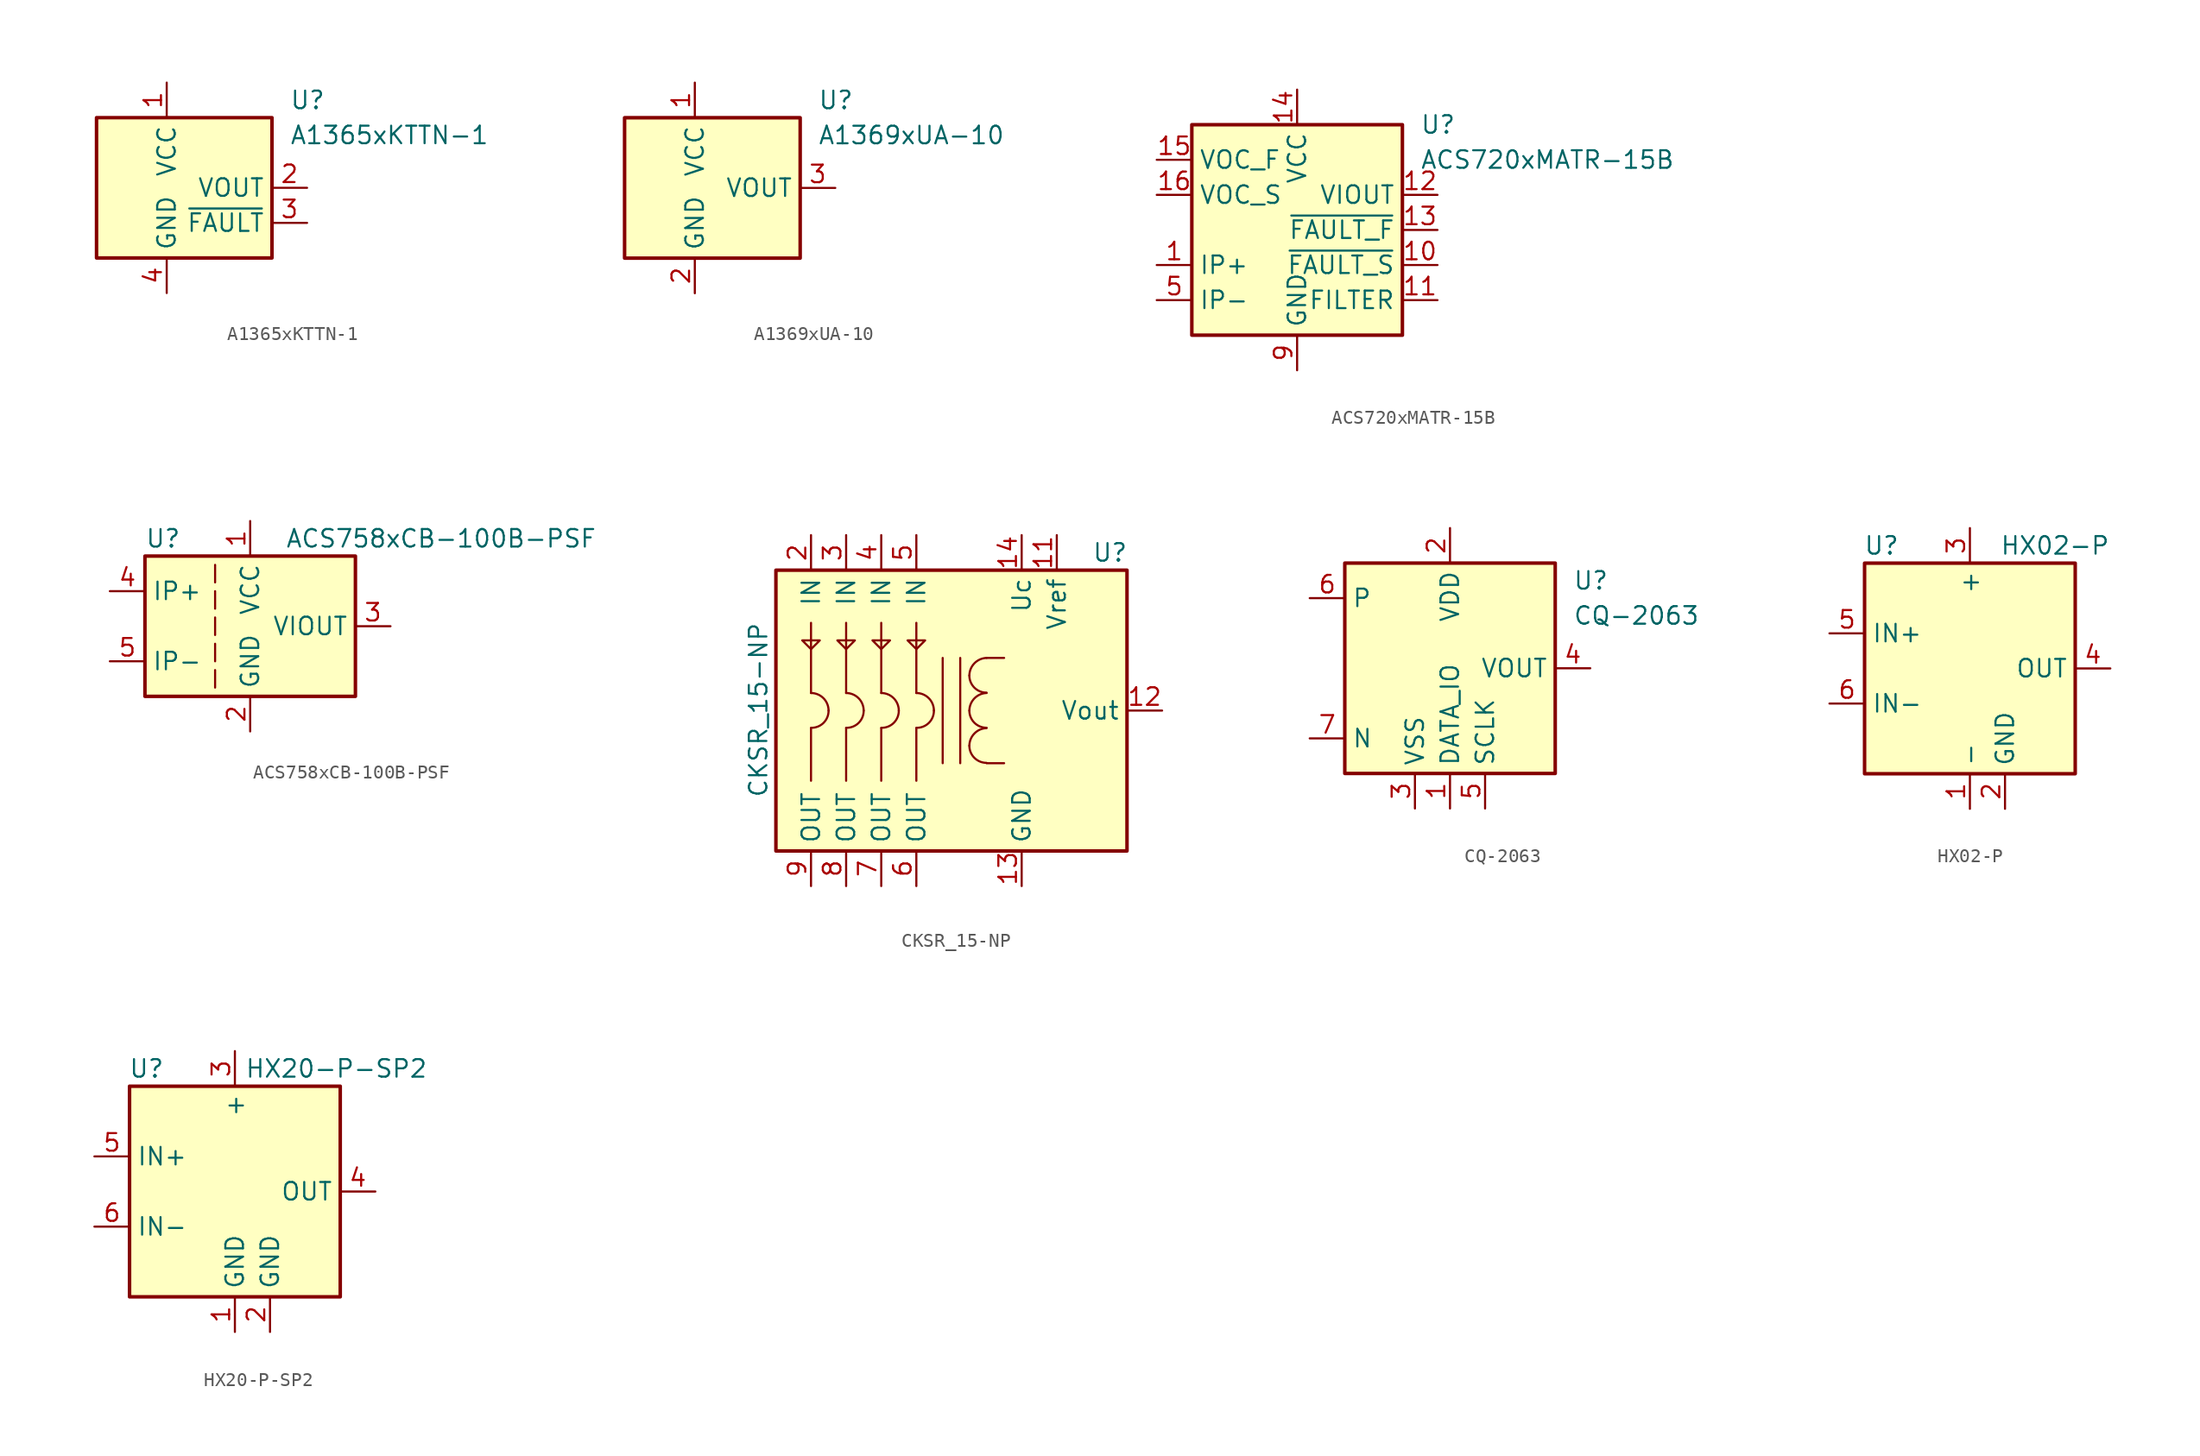
<source format=kicad_sym>
(kicad_symbol_lib
  (version 20201005)
  (generator kicad_symbol_editor)
  (symbol "Sensor_Current:A1365xKTTN-1"
    (property "Reference" "U"
      (at 8.89 6.35 0)
      (effects (font (size 1.27 1.27)) (justify left)))
    (property "Value" "A1365xKTTN-1"
      (at 8.89 3.81 0)
      (effects (font (size 1.27 1.27)) (justify left)))
    (symbol "A1365xKTTN-1_0_1"
      (rectangle (start -5.08 5.08) (end 7.62 -5.08) (stroke (width 0.254)) (fill (type background))))
    (symbol "A1365xKTTN-1_1_1"
      (pin power_in line (at 0 7.62 270) (length 2.54) (name "VCC" (effects (font (size 1.27 1.27)))) (number "1" (effects (font (size 1.27 1.27)))))
      (pin output line (at 10.16 0 180) (length 2.54) (name "VOUT" (effects (font (size 1.27 1.27)))) (number "2" (effects (font (size 1.27 1.27)))))
      (pin output line (at 10.16 -2.54 180) (length 2.54) (name "~FAULT" (effects (font (size 1.27 1.27)))) (number "3" (effects (font (size 1.27 1.27)))))
      (pin power_in line (at 0 -7.62 90) (length 2.54) (name "GND" (effects (font (size 1.27 1.27)))) (number "4" (effects (font (size 1.27 1.27)))))))
  (symbol "Sensor_Current:A1369xUA-10"
    (property "Reference" "U"
      (at 8.89 6.35 0)
      (effects (font (size 1.27 1.27)) (justify left)))
    (property "Value" "A1369xUA-10"
      (at 8.89 3.81 0)
      (effects (font (size 1.27 1.27)) (justify left)))
    (symbol "A1369xUA-10_0_1"
      (rectangle (start -5.08 5.08) (end 7.62 -5.08) (stroke (width 0.254)) (fill (type background))))
    (symbol "A1369xUA-10_1_1"
      (pin power_in line (at 0 7.62 270) (length 2.54) (name "VCC" (effects (font (size 1.27 1.27)))) (number "1" (effects (font (size 1.27 1.27)))))
      (pin power_in line (at 0 -7.62 90) (length 2.54) (name "GND" (effects (font (size 1.27 1.27)))) (number "2" (effects (font (size 1.27 1.27)))))
      (pin output line (at 10.16 0 180) (length 2.54) (name "VOUT" (effects (font (size 1.27 1.27)))) (number "3" (effects (font (size 1.27 1.27)))))))
  (symbol "Sensor_Current:ACS720xMATR-15B"
    (property "Reference" "U"
      (at 8.89 7.62 0)
      (effects (font (size 1.27 1.27)) (justify left)))
    (property "Value" "ACS720xMATR-15B"
      (at 8.89 5.08 0)
      (effects (font (size 1.27 1.27)) (justify left)))
    (symbol "ACS720xMATR-15B_0_1"
      (rectangle (start -7.62 7.62) (end 7.62 -7.62) (stroke (width 0.254)) (fill (type background))))
    (symbol "ACS720xMATR-15B_1_1"
      (pin passive line (at -10.16 -2.54 0) (length 2.54) (name "IP+" (effects (font (size 1.27 1.27)))) (number "1" (effects (font (size 1.27 1.27)))))
      (pin open_collector line (at 10.16 -2.54 180) (length 2.54) (name "~FAULT_S" (effects (font (size 1.27 1.27)))) (number "10" (effects (font (size 1.27 1.27)))))
      (pin passive line (at 10.16 -5.08 180) (length 2.54) (name "FILTER" (effects (font (size 1.27 1.27)))) (number "11" (effects (font (size 1.27 1.27)))))
      (pin output line (at 10.16 2.54 180) (length 2.54) (name "VIOUT" (effects (font (size 1.27 1.27)))) (number "12" (effects (font (size 1.27 1.27)))))
      (pin open_collector line (at 10.16 0 180) (length 2.54) (name "~FAULT_F" (effects (font (size 1.27 1.27)))) (number "13" (effects (font (size 1.27 1.27)))))
      (pin power_in line (at 0 10.16 270) (length 2.54) (name "VCC" (effects (font (size 1.27 1.27)))) (number "14" (effects (font (size 1.27 1.27)))))
      (pin input line (at -10.16 5.08 0) (length 2.54) (name "VOC_F" (effects (font (size 1.27 1.27)))) (number "15" (effects (font (size 1.27 1.27)))))
      (pin input line (at -10.16 2.54 0) (length 2.54) (name "VOC_S" (effects (font (size 1.27 1.27)))) (number "16" (effects (font (size 1.27 1.27)))))
      (pin passive line (at -10.16 -2.54 0) (length 2.54) hide (name "IP+" (effects (font (size 1.27 1.27)))) (number "2" (effects (font (size 1.27 1.27)))))
      (pin passive line (at -10.16 -2.54 0) (length 2.54) hide (name "IP+" (effects (font (size 1.27 1.27)))) (number "3" (effects (font (size 1.27 1.27)))))
      (pin passive line (at -10.16 -2.54 0) (length 2.54) hide (name "IP+" (effects (font (size 1.27 1.27)))) (number "4" (effects (font (size 1.27 1.27)))))
      (pin passive line (at -10.16 -5.08 0) (length 2.54) (name "IP-" (effects (font (size 1.27 1.27)))) (number "5" (effects (font (size 1.27 1.27)))))
      (pin passive line (at -10.16 -5.08 0) (length 2.54) hide (name "IP-" (effects (font (size 1.27 1.27)))) (number "6" (effects (font (size 1.27 1.27)))))
      (pin passive line (at -10.16 -5.08 0) (length 2.54) hide (name "IP-" (effects (font (size 1.27 1.27)))) (number "7" (effects (font (size 1.27 1.27)))))
      (pin passive line (at -10.16 -5.08 0) (length 2.54) hide (name "IP-" (effects (font (size 1.27 1.27)))) (number "8" (effects (font (size 1.27 1.27)))))
      (pin power_in line (at 0 -10.16 90) (length 2.54) (name "GND" (effects (font (size 1.27 1.27)))) (number "9" (effects (font (size 1.27 1.27)))))))
  (symbol "Sensor_Current:ACS758xCB-100B-PSF"
    (property "Reference" "U"
      (at -7.62 6.35 0)
      (effects (font (size 1.27 1.27)) (justify left)))
    (property "Value" "ACS758xCB-100B-PSF"
      (at 2.54 6.35 0)
      (effects (font (size 1.27 1.27)) (justify left)))
    (symbol "ACS758xCB-100B-PSF_0_1"
      (rectangle (start -7.62 5.08) (end 7.62 -5.08) (stroke (width 0.254)) (fill (type background)))
      (polyline (pts (xy -2.54 -3.175) (xy -2.54 -4.445)) (stroke (width 0)) (fill (type none)))
      (polyline (pts (xy -2.54 -1.27) (xy -2.54 -2.54)) (stroke (width 0)) (fill (type none)))
      (polyline (pts (xy -2.54 0.635) (xy -2.54 -0.635)) (stroke (width 0)) (fill (type none)))
      (polyline (pts (xy -2.54 1.27) (xy -2.54 2.54)) (stroke (width 0)) (fill (type none)))
      (polyline (pts (xy -2.54 3.175) (xy -2.54 4.445)) (stroke (width 0)) (fill (type none))))
    (symbol "ACS758xCB-100B-PSF_1_1"
      (pin power_in line (at 0 7.62 270) (length 2.54) (name "VCC" (effects (font (size 1.27 1.27)))) (number "1" (effects (font (size 1.27 1.27)))))
      (pin power_in line (at 0 -7.62 90) (length 2.54) (name "GND" (effects (font (size 1.27 1.27)))) (number "2" (effects (font (size 1.27 1.27)))))
      (pin output line (at 10.16 0 180) (length 2.54) (name "VIOUT" (effects (font (size 1.27 1.27)))) (number "3" (effects (font (size 1.27 1.27)))))
      (pin passive line (at -10.16 2.54 0) (length 2.54) (name "IP+" (effects (font (size 1.27 1.27)))) (number "4" (effects (font (size 1.27 1.27)))))
      (pin passive line (at -10.16 -2.54 0) (length 2.54) (name "IP-" (effects (font (size 1.27 1.27)))) (number "5" (effects (font (size 1.27 1.27)))))))
  (symbol "Sensor_Current:CKSR_15-NP"
    (property "Reference" "U"
      (at 10.16 11.43 0)
      (effects (font (size 1.27 1.27)) (justify left)))
    (property "Value" "CKSR_15-NP"
      (at -13.97 -6.35 90)
      (effects (font (size 1.27 1.27)) (justify left)))
    (symbol "CKSR_15-NP_0_1"
      (rectangle (start -12.7 10.16) (end 12.7 -10.16) (stroke (width 0.254)) (fill (type background)))
      (polyline (pts (xy -10.16 -1.27) (xy -10.16 -5.08)) (stroke (width 0)) (fill (type none)))
      (polyline (pts (xy -10.16 1.27) (xy -10.16 6.35)) (stroke (width 0)) (fill (type none)))
      (polyline (pts (xy -7.62 -1.27) (xy -7.62 -5.08)) (stroke (width 0)) (fill (type none)))
      (polyline (pts (xy -7.62 1.27) (xy -7.62 6.35)) (stroke (width 0)) (fill (type none)))
      (polyline (pts (xy -5.08 -1.27) (xy -5.08 -5.08)) (stroke (width 0)) (fill (type none)))
      (polyline (pts (xy -5.08 1.27) (xy -5.08 6.35)) (stroke (width 0)) (fill (type none)))
      (polyline (pts (xy -2.54 -1.27) (xy -2.54 -5.08)) (stroke (width 0)) (fill (type none)))
      (polyline (pts (xy -2.54 1.27) (xy -2.54 6.35)) (stroke (width 0)) (fill (type none)))
      (polyline (pts (xy 2.54 -3.81) (xy 3.81 -3.81)) (stroke (width 0)) (fill (type none)))
      (polyline (pts (xy 2.54 3.81) (xy 3.81 3.81)) (stroke (width 0)) (fill (type none)))
      (polyline (pts (xy -9.525 5.08) (xy -10.795 5.08) (xy -10.16 4.445) (xy -9.525 5.08)) (stroke (width 0)) (fill (type none)))
      (polyline (pts (xy -6.985 5.08) (xy -8.255 5.08) (xy -7.62 4.445) (xy -6.985 5.08)) (stroke (width 0)) (fill (type none)))
      (polyline (pts (xy -4.445 5.08) (xy -5.715 5.08) (xy -5.08 4.445) (xy -4.445 5.08)) (stroke (width 0)) (fill (type none)))
      (polyline (pts (xy -1.905 5.08) (xy -2.54 4.445) (xy -3.175 5.08) (xy -1.905 5.08)) (stroke (width 0)) (fill (type none))))
    (symbol "CKSR_15-NP_1_1"
      (arc (start -10.16 1.27) (end -8.89 0) (radius (at -10.16 0) (length 1.27) (angles 89.9 0.1)) (stroke (width 0)) (fill (type none)))
      (arc (start -8.89 0) (end -10.16 -1.2446) (radius (at -10.16 0) (length 1.27) (angles -0.1 -89.9)) (stroke (width 0)) (fill (type none)))
      (arc (start -7.62 1.27) (end -6.35 0) (radius (at -7.62 0) (length 1.27) (angles 89.9 0.1)) (stroke (width 0)) (fill (type none)))
      (arc (start -6.35 0) (end -7.62 -1.2446) (radius (at -7.62 0) (length 1.27) (angles -0.1 -89.9)) (stroke (width 0)) (fill (type none)))
      (arc (start -5.08 1.27) (end -3.81 0) (radius (at -5.08 0) (length 1.27) (angles 89.9 0.1)) (stroke (width 0)) (fill (type none)))
      (arc (start -3.81 0) (end -5.08 -1.2446) (radius (at -5.08 0) (length 1.27) (angles -0.1 -89.9)) (stroke (width 0)) (fill (type none)))
      (arc (start -2.54 1.27) (end -1.27 0) (radius (at -2.54 0) (length 1.27) (angles 89.9 0.1)) (stroke (width 0)) (fill (type none)))
      (arc (start -1.27 0) (end -2.54 -1.2446) (radius (at -2.54 0) (length 1.27) (angles -0.1 -89.9)) (stroke (width 0)) (fill (type none)))
      (arc (start 2.54 -1.27) (end 1.2954 -2.54) (radius (at 2.54 -2.54) (length 1.27) (angles 89.9 -179.9)) (stroke (width 0)) (fill (type none)))
      (arc (start 1.2954 -2.54) (end 2.54 -3.7846) (radius (at 2.54 -2.54) (length 1.27) (angles 179.9 -89.9)) (stroke (width 0)) (fill (type none)))
      (arc (start 2.54 1.27) (end 1.2954 0) (radius (at 2.54 0) (length 1.27) (angles 89.9 -179.9)) (stroke (width 0)) (fill (type none)))
      (arc (start 1.2954 0) (end 2.54 -1.2446) (radius (at 2.54 0) (length 1.27) (angles 179.9 -89.9)) (stroke (width 0)) (fill (type none)))
      (arc (start 2.54 3.81) (end 1.2954 2.54) (radius (at 2.54 2.54) (length 1.27) (angles 89.9 -179.9)) (stroke (width 0)) (fill (type none)))
      (arc (start 1.2954 2.54) (end 2.54 1.2954) (radius (at 2.54 2.54) (length 1.27) (angles 179.9 -89.9)) (stroke (width 0)) (fill (type none)))
      (polyline (pts (xy -0.635 3.81) (xy -0.635 -3.81)) (stroke (width 0)) (fill (type none)))
      (polyline (pts (xy 0.635 -3.81) (xy 0.635 3.81)) (stroke (width 0)) (fill (type none)))
      (pin bidirectional line (at 7.62 12.7 270) (length 2.54) (name "Vref" (effects (font (size 1.27 1.27)))) (number "11" (effects (font (size 1.27 1.27)))))
      (pin output line (at 15.24 0 180) (length 2.54) (name "Vout" (effects (font (size 1.27 1.27)))) (number "12" (effects (font (size 1.27 1.27)))))
      (pin power_in line (at 5.08 -12.7 90) (length 2.54) (name "GND" (effects (font (size 1.27 1.27)))) (number "13" (effects (font (size 1.27 1.27)))))
      (pin power_in line (at 5.08 12.7 270) (length 2.54) (name "Uc" (effects (font (size 1.27 1.27)))) (number "14" (effects (font (size 1.27 1.27)))))
      (pin passive line (at -10.16 12.7 270) (length 2.54) (name "IN" (effects (font (size 1.27 1.27)))) (number "2" (effects (font (size 1.27 1.27)))))
      (pin passive line (at -7.62 12.7 270) (length 2.54) (name "IN" (effects (font (size 1.27 1.27)))) (number "3" (effects (font (size 1.27 1.27)))))
      (pin passive line (at -5.08 12.7 270) (length 2.54) (name "IN" (effects (font (size 1.27 1.27)))) (number "4" (effects (font (size 1.27 1.27)))))
      (pin passive line (at -2.54 12.7 270) (length 2.54) (name "IN" (effects (font (size 1.27 1.27)))) (number "5" (effects (font (size 1.27 1.27)))))
      (pin passive line (at -2.54 -12.7 90) (length 2.54) (name "OUT" (effects (font (size 1.27 1.27)))) (number "6" (effects (font (size 1.27 1.27)))))
      (pin passive line (at -5.08 -12.7 90) (length 2.54) (name "OUT" (effects (font (size 1.27 1.27)))) (number "7" (effects (font (size 1.27 1.27)))))
      (pin passive line (at -7.62 -12.7 90) (length 2.54) (name "OUT" (effects (font (size 1.27 1.27)))) (number "8" (effects (font (size 1.27 1.27)))))
      (pin passive line (at -10.16 -12.7 90) (length 2.54) (name "OUT" (effects (font (size 1.27 1.27)))) (number "9" (effects (font (size 1.27 1.27)))))))
  (symbol "Sensor_Current:CQ-2063"
    (property "Reference" "U"
      (at 8.89 6.35 0)
      (effects (font (size 1.27 1.27)) (justify left)))
    (property "Value" "CQ-2063"
      (at 8.89 3.81 0)
      (effects (font (size 1.27 1.27)) (justify left)))
    (symbol "CQ-2063_0_1"
      (rectangle (start -7.62 7.62) (end 7.62 -7.62) (stroke (width 0.254)) (fill (type background))))
    (symbol "CQ-2063_1_1"
      (pin power_in line (at 0 -10.16 90) (length 2.54) (name "DATA_IO" (effects (font (size 1.27 1.27)))) (number "1" (effects (font (size 1.27 1.27)))))
      (pin power_in line (at 0 10.16 270) (length 2.54) (name "VDD" (effects (font (size 1.27 1.27)))) (number "2" (effects (font (size 1.27 1.27)))))
      (pin power_in line (at -2.54 -10.16 90) (length 2.54) (name "VSS" (effects (font (size 1.27 1.27)))) (number "3" (effects (font (size 1.27 1.27)))))
      (pin output line (at 10.16 0 180) (length 2.54) (name "VOUT" (effects (font (size 1.27 1.27)))) (number "4" (effects (font (size 1.27 1.27)))))
      (pin power_in line (at 2.54 -10.16 90) (length 2.54) (name "SCLK" (effects (font (size 1.27 1.27)))) (number "5" (effects (font (size 1.27 1.27)))))
      (pin passive line (at -10.16 5.08 0) (length 2.54) (name "P" (effects (font (size 1.27 1.27)))) (number "6" (effects (font (size 1.27 1.27)))))
      (pin passive line (at -10.16 -5.08 0) (length 2.54) (name "N" (effects (font (size 1.27 1.27)))) (number "7" (effects (font (size 1.27 1.27)))))))
  (symbol "Sensor_Current:HX02-P"
    (property "Reference" "U"
      (at -5.08 8.89 0)
      (effects (font (size 1.27 1.27)) (justify right)))
    (property "Value" "HX02-P"
      (at 10.16 8.89 0)
      (effects (font (size 1.27 1.27)) (justify right)))
    (symbol "HX02-P_0_1"
      (rectangle (start -7.62 7.62) (end 7.62 -7.62) (stroke (width 0.254)) (fill (type background))))
    (symbol "HX02-P_1_1"
      (pin power_in line (at 0 -10.16 90) (length 2.54) (name "-" (effects (font (size 1.27 1.27)))) (number "1" (effects (font (size 1.27 1.27)))))
      (pin power_in line (at 2.54 -10.16 90) (length 2.54) (name "GND" (effects (font (size 1.27 1.27)))) (number "2" (effects (font (size 1.27 1.27)))))
      (pin power_in line (at 0 10.16 270) (length 2.54) (name "+" (effects (font (size 1.27 1.27)))) (number "3" (effects (font (size 1.27 1.27)))))
      (pin output line (at 10.16 0 180) (length 2.54) (name "OUT" (effects (font (size 1.27 1.27)))) (number "4" (effects (font (size 1.27 1.27)))))
      (pin passive line (at -10.16 2.54 0) (length 2.54) (name "IN+" (effects (font (size 1.27 1.27)))) (number "5" (effects (font (size 1.27 1.27)))))
      (pin passive line (at -10.16 -2.54 0) (length 2.54) (name "IN-" (effects (font (size 1.27 1.27)))) (number "6" (effects (font (size 1.27 1.27)))))))
  (symbol "Sensor_Current:HX20-P-SP2"
    (property "Reference" "U"
      (at -5.08 8.89 0)
      (effects (font (size 1.27 1.27)) (justify right)))
    (property "Value" "HX20-P-SP2"
      (at 13.97 8.89 0)
      (effects (font (size 1.27 1.27)) (justify right)))
    (symbol "HX20-P-SP2_0_1"
      (rectangle (start -7.62 7.62) (end 7.62 -7.62) (stroke (width 0.254)) (fill (type background))))
    (symbol "HX20-P-SP2_1_1"
      (pin power_in line (at 0 -10.16 90) (length 2.54) (name "GND" (effects (font (size 1.27 1.27)))) (number "1" (effects (font (size 1.27 1.27)))))
      (pin power_in line (at 2.54 -10.16 90) (length 2.54) (name "GND" (effects (font (size 1.27 1.27)))) (number "2" (effects (font (size 1.27 1.27)))))
      (pin power_in line (at 0 10.16 270) (length 2.54) (name "+" (effects (font (size 1.27 1.27)))) (number "3" (effects (font (size 1.27 1.27)))))
      (pin output line (at 10.16 0 180) (length 2.54) (name "OUT" (effects (font (size 1.27 1.27)))) (number "4" (effects (font (size 1.27 1.27)))))
      (pin passive line (at -10.16 2.54 0) (length 2.54) (name "IN+" (effects (font (size 1.27 1.27)))) (number "5" (effects (font (size 1.27 1.27)))))
      (pin passive line (at -10.16 -2.54 0) (length 2.54) (name "IN-" (effects (font (size 1.27 1.27)))) (number "6" (effects (font (size 1.27 1.27))))))))
</source>
